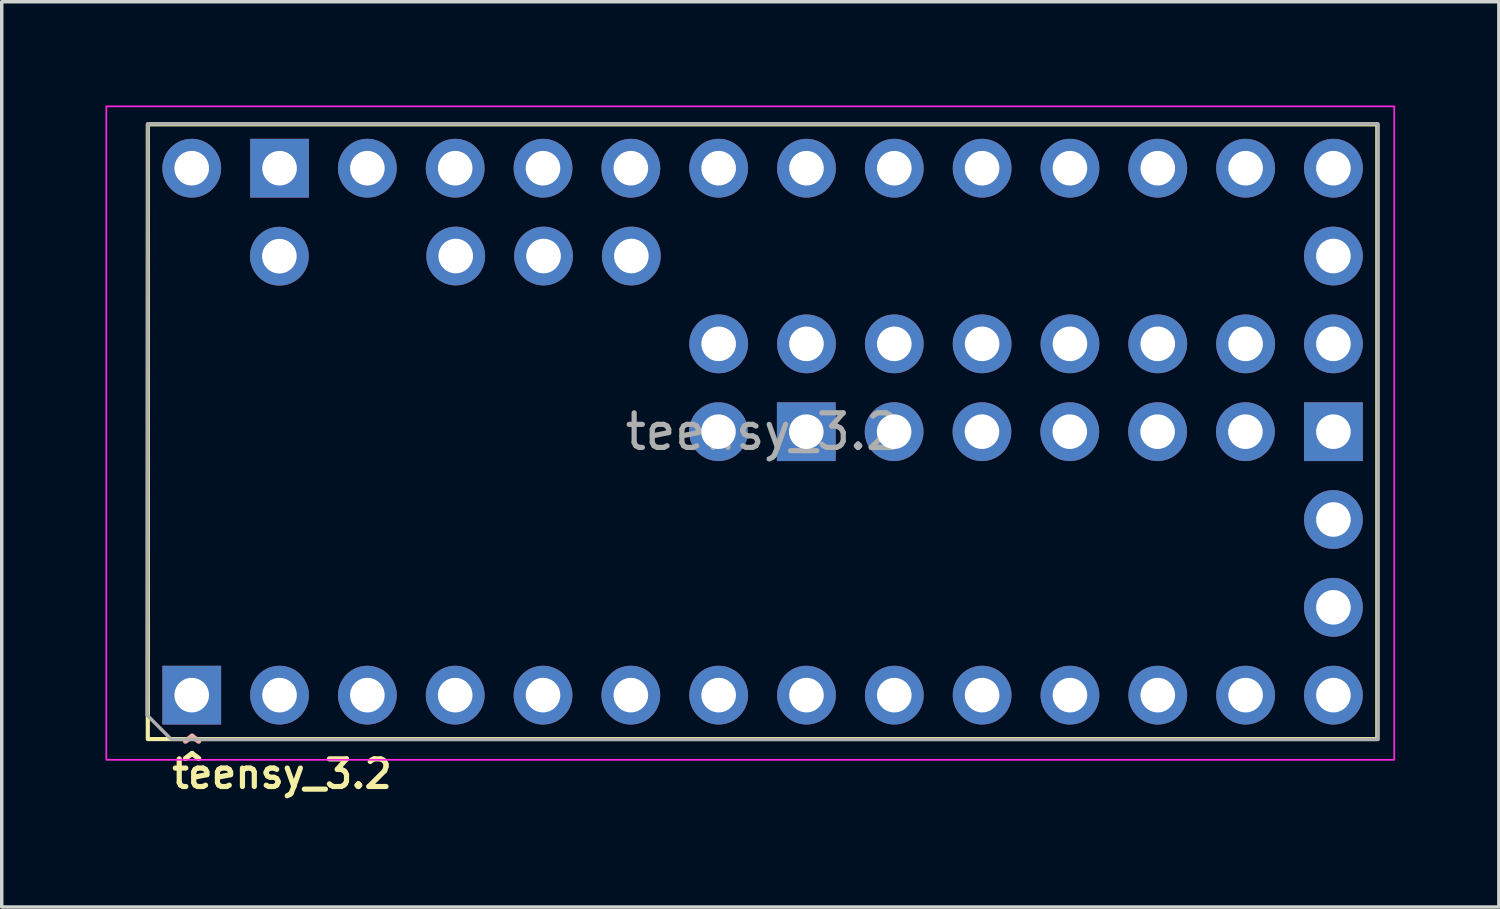
<source format=kicad_pcb>
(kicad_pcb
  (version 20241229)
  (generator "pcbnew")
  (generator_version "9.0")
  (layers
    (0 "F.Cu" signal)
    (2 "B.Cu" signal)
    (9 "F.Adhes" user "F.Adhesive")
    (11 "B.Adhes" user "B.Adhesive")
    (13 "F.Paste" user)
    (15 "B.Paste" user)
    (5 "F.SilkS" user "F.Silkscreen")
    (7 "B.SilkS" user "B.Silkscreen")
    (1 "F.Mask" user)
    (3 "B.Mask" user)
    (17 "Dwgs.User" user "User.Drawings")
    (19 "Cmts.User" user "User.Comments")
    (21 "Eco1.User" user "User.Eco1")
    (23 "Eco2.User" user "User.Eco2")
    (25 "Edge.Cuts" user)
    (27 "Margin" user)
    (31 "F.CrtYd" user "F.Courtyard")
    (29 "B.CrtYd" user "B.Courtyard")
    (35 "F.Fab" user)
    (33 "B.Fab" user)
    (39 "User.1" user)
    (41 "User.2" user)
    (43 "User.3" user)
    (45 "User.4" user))
  (footprint "teensy_3.2"
    (layer "F.Cu")
    (at 19.005 9.435)
    (property "Reference" "teensy_3.2" (at -13.9 9.9 0) (unlocked yes) (layer "F.SilkS") (effects (font (size 0.8 0.8) (thickness 0.15))))
    (attr through_hole)
    (fp_rect (start -17.78 8.89) (end 17.78 -8.89) (stroke (width 0.12) (type solid)) (fill no) (layer "F.SilkS"))
    (fp_rect (start -18.98 -9.41) (end 18.27 9.49) (stroke (width 0.05) (type solid)) (fill no) (layer "F.CrtYd"))
    (fp_poly (pts (xy -17.8 8.2) (xy -17.1 8.9) (xy 17.8 8.9) (xy 17.8 -8.9) (xy -17.78 -8.9)) (stroke (width 0.1) (type solid)) (fill no) (layer "F.Fab"))
    (fp_text user "^" (at -16.5 9.9 0) (unlocked yes) (layer "F.SilkS") (effects (font (size 1 1) (thickness 0.15))))
    (fp_text user "^" (at -16.5 9.4 0) (unlocked yes) (layer "B.SilkS") (effects (font (size 1 1) (thickness 0.15)) (justify mirror)))
    (fp_text user "${REFERENCE}" (at 0 0 0) (layer "F.Fab") (effects (font (size 1 1) (thickness 0.15))))
    (pad "1" thru_hole rect (at -16.51 7.62 90) (size 1.7 1.7) (drill 1) (layers "*.Cu" "*.Mask") (remove_unused_layers yes) (keep_end_layers yes) (zone_layer_connections))
    (pad "2" thru_hole circle (at -13.97 7.62 180) (size 1.7 1.7) (drill 1) (layers "*.Cu" "*.Mask") (remove_unused_layers yes) (keep_end_layers yes) (zone_layer_connections))
    (pad "3" thru_hole circle (at -11.43 7.62 180) (size 1.7 1.7) (drill 1) (layers "*.Cu" "*.Mask") (remove_unused_layers yes) (keep_end_layers yes) (zone_layer_connections))
    (pad "4" thru_hole circle (at -8.89 7.62 180) (size 1.7 1.7) (drill 1) (layers "*.Cu" "*.Mask") (remove_unused_layers yes) (keep_end_layers yes) (zone_layer_connections))
    (pad "5" thru_hole circle (at -6.35 7.62 180) (size 1.7 1.7) (drill 1) (layers "*.Cu" "*.Mask") (remove_unused_layers yes) (keep_end_layers yes) (zone_layer_connections))
    (pad "6" thru_hole circle (at -3.81 7.62 180) (size 1.7 1.7) (drill 1) (layers "*.Cu" "*.Mask") (remove_unused_layers yes) (keep_end_layers yes) (zone_layer_connections))
    (pad "7" thru_hole circle (at -1.27 7.62 180) (size 1.7 1.7) (drill 1) (layers "*.Cu" "*.Mask") (remove_unused_layers yes) (keep_end_layers yes) (zone_layer_connections))
    (pad "8" thru_hole circle (at 1.27 7.62 180) (size 1.7 1.7) (drill 1) (layers "*.Cu" "*.Mask") (remove_unused_layers yes) (keep_end_layers yes) (zone_layer_connections))
    (pad "9" thru_hole circle (at 3.81 7.62 180) (size 1.7 1.7) (drill 1) (layers "*.Cu" "*.Mask") (remove_unused_layers yes) (keep_end_layers yes) (zone_layer_connections))
    (pad "10" thru_hole circle (at 6.35 7.62 180) (size 1.7 1.7) (drill 1) (layers "*.Cu" "*.Mask") (remove_unused_layers yes) (keep_end_layers yes) (zone_layer_connections))
    (pad "11" thru_hole circle (at 8.89 7.62 180) (size 1.7 1.7) (drill 1) (layers "*.Cu" "*.Mask") (remove_unused_layers yes) (keep_end_layers yes) (zone_layer_connections))
    (pad "12" thru_hole circle (at 11.43 7.62 180) (size 1.7 1.7) (drill 1) (layers "*.Cu" "*.Mask") (remove_unused_layers yes) (keep_end_layers yes) (zone_layer_connections))
    (pad "13" thru_hole circle (at 13.97 7.62 180) (size 1.7 1.7) (drill 1) (layers "*.Cu" "*.Mask") (remove_unused_layers yes) (keep_end_layers yes) (zone_layer_connections))
    (pad "14" thru_hole circle (at 16.51 7.62 180) (size 1.7 1.7) (drill 1) (layers "*.Cu" "*.Mask") (remove_unused_layers yes) (keep_end_layers yes) (zone_layer_connections))
    (pad "15" thru_hole circle (at 16.51 5.08 180) (size 1.7 1.7) (drill 1) (layers "*.Cu" "*.Mask") (remove_unused_layers yes) (keep_end_layers yes) (zone_layer_connections))
    (pad "16" thru_hole circle (at 16.51 2.54 180) (size 1.7 1.7) (drill 1) (layers "*.Cu" "*.Mask") (remove_unused_layers yes) (keep_end_layers yes) (zone_layer_connections))
    (pad "17" thru_hole rect (at 16.51 0 180) (size 1.7 1.7) (drill 1) (layers "*.Cu" "*.Mask") (remove_unused_layers yes) (keep_end_layers yes) (zone_layer_connections))
    (pad "18" thru_hole circle (at 16.51 -2.54 180) (size 1.7 1.7) (drill 1) (layers "*.Cu" "*.Mask") (remove_unused_layers yes) (keep_end_layers yes) (zone_layer_connections))
    (pad "19" thru_hole circle (at 16.51 -5.08 180) (size 1.7 1.7) (drill 1) (layers "*.Cu" "*.Mask") (remove_unused_layers yes) (keep_end_layers yes) (zone_layer_connections))
    (pad "20" thru_hole circle (at 16.51 -7.62 180) (size 1.7 1.7) (drill 1) (layers "*.Cu" "*.Mask") (remove_unused_layers yes) (keep_end_layers yes) (zone_layer_connections))
    (pad "21" thru_hole circle (at 13.97 -7.62 180) (size 1.7 1.7) (drill 1) (layers "*.Cu" "*.Mask") (remove_unused_layers yes) (keep_end_layers yes) (zone_layer_connections))
    (pad "22" thru_hole circle (at 11.43 -7.62 180) (size 1.7 1.7) (drill 1) (layers "*.Cu" "*.Mask") (remove_unused_layers yes) (keep_end_layers yes) (zone_layer_connections))
    (pad "23" thru_hole circle (at 8.89 -7.62 180) (size 1.7 1.7) (drill 1) (layers "*.Cu" "*.Mask") (remove_unused_layers yes) (keep_end_layers yes) (zone_layer_connections))
    (pad "24" thru_hole circle (at 6.35 -7.62 180) (size 1.7 1.7) (drill 1) (layers "*.Cu" "*.Mask") (remove_unused_layers yes) (keep_end_layers yes) (zone_layer_connections))
    (pad "25" thru_hole circle (at 3.81 -7.62 180) (size 1.7 1.7) (drill 1) (layers "*.Cu" "*.Mask") (remove_unused_layers yes) (keep_end_layers yes) (zone_layer_connections))
    (pad "26" thru_hole circle (at 1.27 -7.62 180) (size 1.7 1.7) (drill 1) (layers "*.Cu" "*.Mask") (remove_unused_layers yes) (keep_end_layers yes) (zone_layer_connections))
    (pad "27" thru_hole circle (at -1.27 -7.62 180) (size 1.7 1.7) (drill 1) (layers "*.Cu" "*.Mask") (remove_unused_layers yes) (keep_end_layers yes) (zone_layer_connections))
    (pad "28" thru_hole circle (at -3.81 -7.62 180) (size 1.7 1.7) (drill 1) (layers "*.Cu" "*.Mask") (remove_unused_layers yes) (keep_end_layers yes) (zone_layer_connections))
    (pad "29" thru_hole circle (at -6.35 -7.62 180) (size 1.7 1.7) (drill 1) (layers "*.Cu" "*.Mask") (remove_unused_layers yes) (keep_end_layers yes) (zone_layer_connections))
    (pad "30" thru_hole circle (at -8.89 -7.62 180) (size 1.7 1.7) (drill 1) (layers "*.Cu" "*.Mask") (remove_unused_layers yes) (keep_end_layers yes) (zone_layer_connections))
    (pad "31" thru_hole circle (at -11.43 -7.62 180) (size 1.7 1.7) (drill 1) (layers "*.Cu" "*.Mask") (remove_unused_layers yes) (keep_end_layers yes) (zone_layer_connections))
    (pad "32" thru_hole rect (at -13.97 -7.62 180) (size 1.7 1.7) (drill 1) (layers "*.Cu" "*.Mask") (remove_unused_layers yes) (keep_end_layers yes) (zone_layer_connections))
    (pad "33" thru_hole circle (at -16.51 -7.62 180) (size 1.7 1.7) (drill 1) (layers "*.Cu" "*.Mask") (remove_unused_layers yes) (keep_end_layers yes) (zone_layer_connections))
    (pad "34" thru_hole circle (at -1.275 0 180) (size 1.7 1.7) (drill 1) (layers "*.Cu" "*.Mask") (remove_unused_layers yes) (keep_end_layers yes) (zone_layer_connections))
    (pad "35" thru_hole rect (at 1.265 0 180) (size 1.7 1.7) (drill 1) (layers "*.Cu" "*.Mask") (remove_unused_layers yes) (keep_end_layers yes) (zone_layer_connections))
    (pad "36" thru_hole circle (at 3.805 0 180) (size 1.7 1.7) (drill 1) (layers "*.Cu" "*.Mask") (remove_unused_layers yes) (keep_end_layers yes) (zone_layer_connections))
    (pad "37" thru_hole circle (at 6.345 0 180) (size 1.7 1.7) (drill 1) (layers "*.Cu" "*.Mask") (remove_unused_layers yes) (keep_end_layers yes) (zone_layer_connections))
    (pad "38" thru_hole circle (at 8.885 0 180) (size 1.7 1.7) (drill 1) (layers "*.Cu" "*.Mask") (remove_unused_layers yes) (keep_end_layers yes) (zone_layer_connections))
    (pad "39" thru_hole circle (at 11.425 0 180) (size 1.7 1.7) (drill 1) (layers "*.Cu" "*.Mask") (remove_unused_layers yes) (keep_end_layers yes) (zone_layer_connections))
    (pad "40" thru_hole circle (at 13.965 0 180) (size 1.7 1.7) (drill 1) (layers "*.Cu" "*.Mask") (remove_unused_layers yes) (keep_end_layers yes) (zone_layer_connections))
    (pad "41" thru_hole circle (at -1.27 -2.54 180) (size 1.7 1.7) (drill 1) (layers "*.Cu" "*.Mask") (remove_unused_layers yes) (keep_end_layers yes) (zone_layer_connections))
    (pad "42" thru_hole circle (at 1.27 -2.54 180) (size 1.7 1.7) (drill 1) (layers "*.Cu" "*.Mask") (remove_unused_layers yes) (keep_end_layers yes) (zone_layer_connections))
    (pad "43" thru_hole circle (at 3.81 -2.54 180) (size 1.7 1.7) (drill 1) (layers "*.Cu" "*.Mask") (remove_unused_layers yes) (keep_end_layers yes) (zone_layer_connections))
    (pad "44" thru_hole circle (at 6.35 -2.54 180) (size 1.7 1.7) (drill 1) (layers "*.Cu" "*.Mask") (remove_unused_layers yes) (keep_end_layers yes) (zone_layer_connections))
    (pad "45" thru_hole circle (at 8.89 -2.54 180) (size 1.7 1.7) (drill 1) (layers "*.Cu" "*.Mask") (remove_unused_layers yes) (keep_end_layers yes) (zone_layer_connections))
    (pad "46" thru_hole circle (at 11.43 -2.54 180) (size 1.7 1.7) (drill 1) (layers "*.Cu" "*.Mask") (remove_unused_layers yes) (keep_end_layers yes) (zone_layer_connections))
    (pad "47" thru_hole circle (at 13.97 -2.54 180) (size 1.7 1.7) (drill 1) (layers "*.Cu" "*.Mask") (remove_unused_layers yes) (keep_end_layers yes) (zone_layer_connections))
    (pad "48" thru_hole circle (at -3.795 -5.08 180) (size 1.7 1.7) (drill 1) (layers "*.Cu" "*.Mask") (remove_unused_layers yes) (keep_end_layers yes) (zone_layer_connections))
    (pad "49" thru_hole circle (at -6.335 -5.08 180) (size 1.7 1.7) (drill 1) (layers "*.Cu" "*.Mask") (remove_unused_layers yes) (keep_end_layers yes) (zone_layer_connections))
    (pad "50" thru_hole circle (at -8.875 -5.08 180) (size 1.7 1.7) (drill 1) (layers "*.Cu" "*.Mask") (remove_unused_layers yes) (keep_end_layers yes) (zone_layer_connections))
    (pad "51" thru_hole circle (at -13.975 -5.075 180) (size 1.7 1.7) (drill 1) (layers "*.Cu" "*.Mask") (remove_unused_layers yes) (keep_end_layers yes) (zone_layer_connections)))
  (gr_rect
    (start -3 -3)
    (end 40.3 23.183)
    (stroke (width 0.1) (type default))
    (fill no)
    (layer "Edge.Cuts")))
</source>
